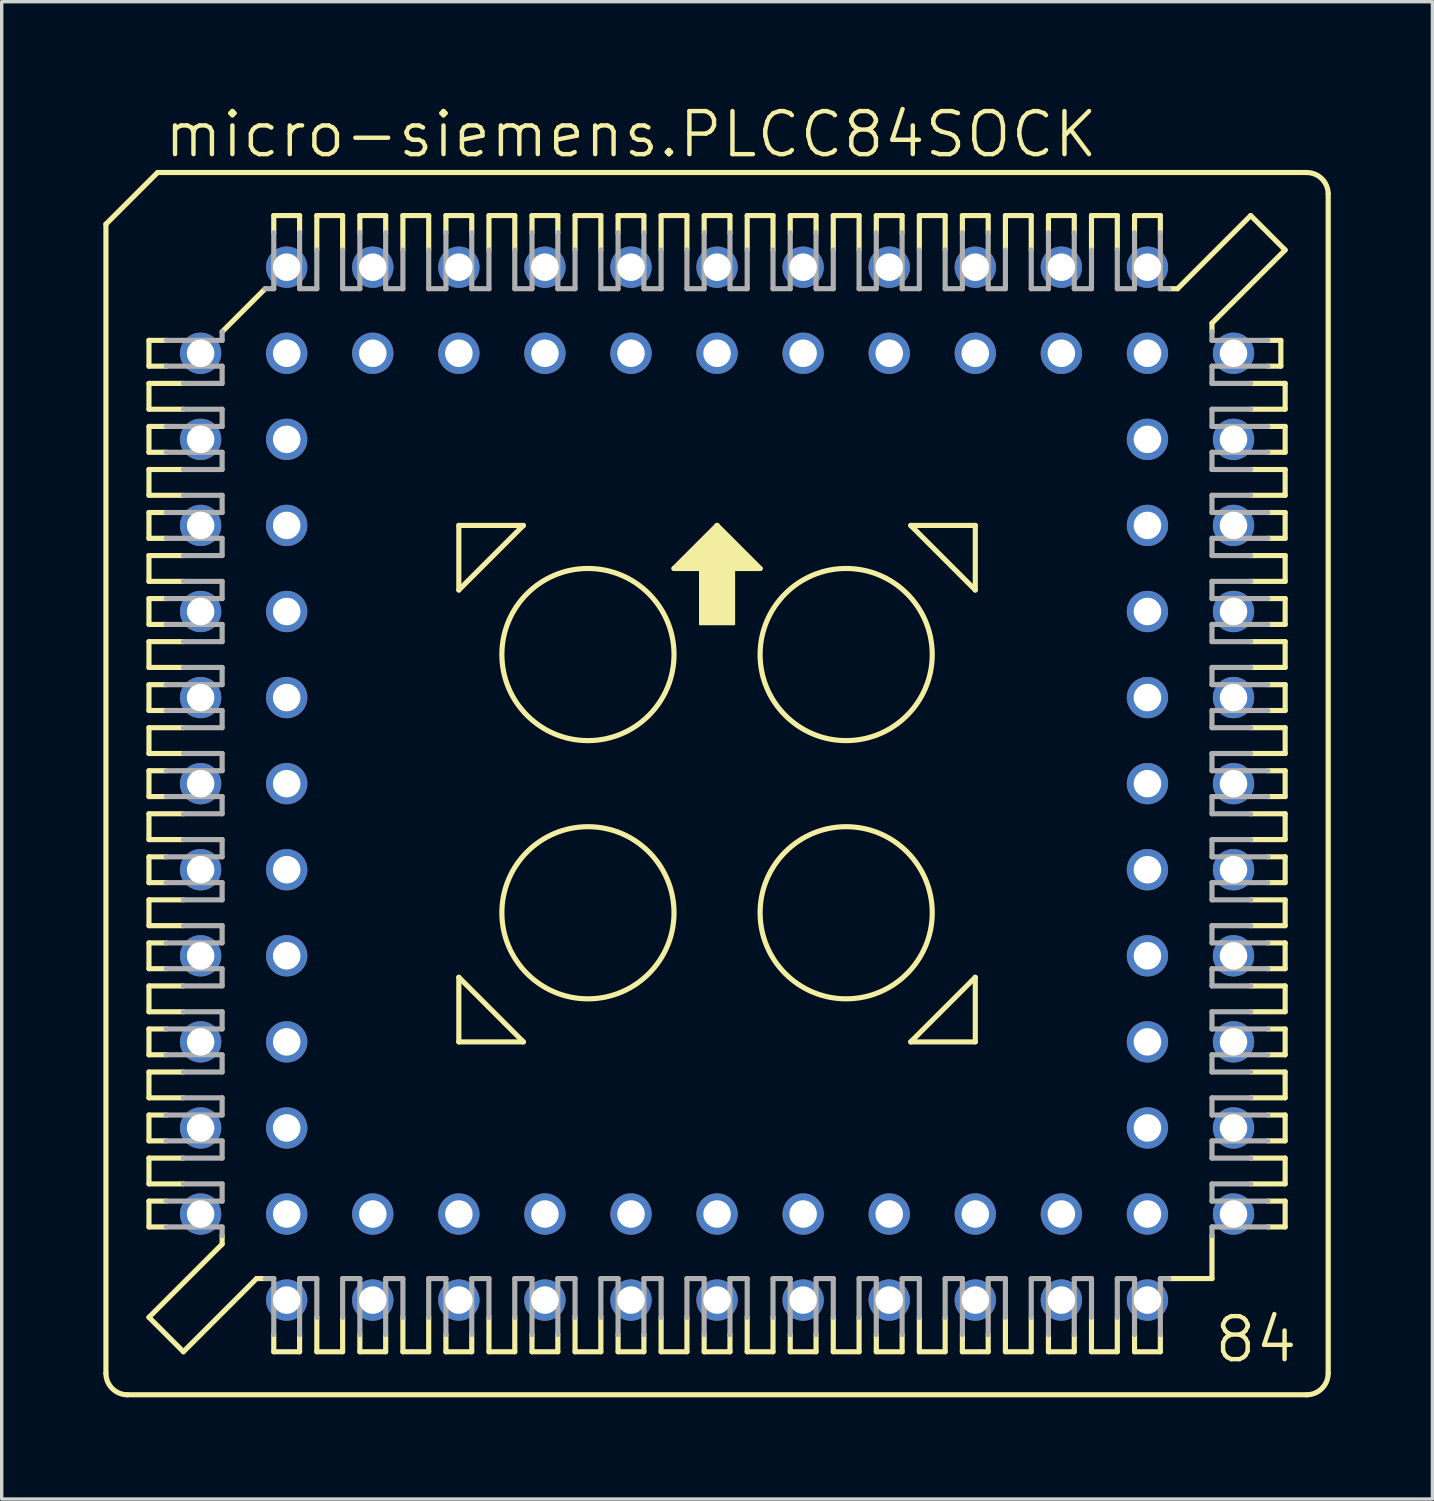
<source format=kicad_pcb>
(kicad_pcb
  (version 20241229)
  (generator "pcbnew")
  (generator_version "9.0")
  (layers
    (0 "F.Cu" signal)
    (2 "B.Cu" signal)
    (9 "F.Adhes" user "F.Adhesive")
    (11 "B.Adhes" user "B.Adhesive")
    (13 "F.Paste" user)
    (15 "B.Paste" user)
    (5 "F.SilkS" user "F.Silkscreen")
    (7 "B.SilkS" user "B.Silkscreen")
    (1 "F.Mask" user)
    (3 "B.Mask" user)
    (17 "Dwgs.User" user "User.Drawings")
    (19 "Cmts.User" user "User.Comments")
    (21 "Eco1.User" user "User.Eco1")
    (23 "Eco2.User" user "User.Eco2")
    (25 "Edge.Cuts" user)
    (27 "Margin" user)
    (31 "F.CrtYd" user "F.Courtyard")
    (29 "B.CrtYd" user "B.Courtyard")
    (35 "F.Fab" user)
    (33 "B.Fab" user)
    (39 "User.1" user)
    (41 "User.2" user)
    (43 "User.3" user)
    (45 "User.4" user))
  (footprint "micro-siemens.PLCC84SOCK"
    (layer "F.Cu")
    (at 18.11 20.075)
    (property "Reference" "micro-siemens.PLCC84SOCK" (at -16.383 -18.415 0) (layer "F.SilkS") (effects (font (size 1.27 1.27) (thickness 0.13)) (justify left bottom)))
    (attr through_hole)
    (fp_line (start -18.034 -16.51) (end -18.034 17.399) (stroke (width 0.152) (type default)) (layer "F.SilkS"))
    (fp_line (start -16.764 -13.081) (end -16.764 -12.319) (stroke (width 0.152) (type default)) (layer "F.SilkS"))
    (fp_line (start -16.764 -12.319) (end -16.256 -12.319) (stroke (width 0.152) (type default)) (layer "F.SilkS"))
    (fp_line (start -16.764 -11.811) (end -16.764 -11.049) (stroke (width 0.152) (type default)) (layer "F.SilkS"))
    (fp_line (start -16.764 -11.049) (end -15.748 -11.049) (stroke (width 0.152) (type default)) (layer "F.SilkS"))
    (fp_line (start -16.764 -10.541) (end -16.764 -9.779) (stroke (width 0.152) (type default)) (layer "F.SilkS"))
    (fp_line (start -16.764 -9.779) (end -16.256 -9.779) (stroke (width 0.152) (type default)) (layer "F.SilkS"))
    (fp_line (start -16.764 -9.271) (end -16.764 -8.509) (stroke (width 0.152) (type default)) (layer "F.SilkS"))
    (fp_line (start -16.764 -8.509) (end -15.748 -8.509) (stroke (width 0.152) (type default)) (layer "F.SilkS"))
    (fp_line (start -16.764 -8.001) (end -16.256 -8.001) (stroke (width 0.152) (type default)) (layer "F.SilkS"))
    (fp_line (start -16.764 -7.239) (end -16.764 -8.001) (stroke (width 0.152) (type default)) (layer "F.SilkS"))
    (fp_line (start -16.764 -6.731) (end -16.764 -5.969) (stroke (width 0.152) (type default)) (layer "F.SilkS"))
    (fp_line (start -16.764 -5.969) (end -15.748 -5.969) (stroke (width 0.152) (type default)) (layer "F.SilkS"))
    (fp_line (start -16.764 -5.461) (end -16.764 -4.699) (stroke (width 0.152) (type default)) (layer "F.SilkS"))
    (fp_line (start -16.764 -4.699) (end -16.256 -4.699) (stroke (width 0.152) (type default)) (layer "F.SilkS"))
    (fp_line (start -16.764 -4.191) (end -16.764 -3.429) (stroke (width 0.152) (type default)) (layer "F.SilkS"))
    (fp_line (start -16.764 -3.429) (end -15.748 -3.429) (stroke (width 0.152) (type default)) (layer "F.SilkS"))
    (fp_line (start -16.764 -2.921) (end -16.764 -2.159) (stroke (width 0.152) (type default)) (layer "F.SilkS"))
    (fp_line (start -16.764 -2.159) (end -16.256 -2.159) (stroke (width 0.152) (type default)) (layer "F.SilkS"))
    (fp_line (start -16.764 -1.651) (end -15.748 -1.651) (stroke (width 0.152) (type default)) (layer "F.SilkS"))
    (fp_line (start -16.764 -0.889) (end -16.764 -1.651) (stroke (width 0.152) (type default)) (layer "F.SilkS"))
    (fp_line (start -16.764 -0.381) (end -16.256 -0.381) (stroke (width 0.152) (type default)) (layer "F.SilkS"))
    (fp_line (start -16.764 0.381) (end -16.764 -0.381) (stroke (width 0.152) (type default)) (layer "F.SilkS"))
    (fp_line (start -16.764 0.889) (end -15.748 0.889) (stroke (width 0.152) (type default)) (layer "F.SilkS"))
    (fp_line (start -16.764 1.651) (end -16.764 0.889) (stroke (width 0.152) (type default)) (layer "F.SilkS"))
    (fp_line (start -16.764 2.159) (end -16.256 2.159) (stroke (width 0.152) (type default)) (layer "F.SilkS"))
    (fp_line (start -16.764 2.921) (end -16.764 2.159) (stroke (width 0.152) (type default)) (layer "F.SilkS"))
    (fp_line (start -16.764 3.429) (end -15.748 3.429) (stroke (width 0.152) (type default)) (layer "F.SilkS"))
    (fp_line (start -16.764 4.191) (end -16.764 3.429) (stroke (width 0.152) (type default)) (layer "F.SilkS"))
    (fp_line (start -16.764 4.699) (end -16.256 4.699) (stroke (width 0.152) (type default)) (layer "F.SilkS"))
    (fp_line (start -16.764 5.461) (end -16.764 4.699) (stroke (width 0.152) (type default)) (layer "F.SilkS"))
    (fp_line (start -16.764 5.969) (end -16.764 6.731) (stroke (width 0.152) (type default)) (layer "F.SilkS"))
    (fp_line (start -16.764 6.731) (end -15.748 6.731) (stroke (width 0.152) (type default)) (layer "F.SilkS"))
    (fp_line (start -16.764 7.239) (end -16.764 8.001) (stroke (width 0.152) (type default)) (layer "F.SilkS"))
    (fp_line (start -16.764 8.001) (end -16.256 8.001) (stroke (width 0.152) (type default)) (layer "F.SilkS"))
    (fp_line (start -16.764 8.509) (end -16.764 9.271) (stroke (width 0.152) (type default)) (layer "F.SilkS"))
    (fp_line (start -16.764 9.271) (end -15.748 9.271) (stroke (width 0.152) (type default)) (layer "F.SilkS"))
    (fp_line (start -16.764 9.779) (end -16.764 10.541) (stroke (width 0.152) (type default)) (layer "F.SilkS"))
    (fp_line (start -16.764 10.541) (end -16.256 10.541) (stroke (width 0.152) (type default)) (layer "F.SilkS"))
    (fp_line (start -16.764 11.049) (end -15.748 11.049) (stroke (width 0.152) (type default)) (layer "F.SilkS"))
    (fp_line (start -16.764 11.811) (end -16.764 11.049) (stroke (width 0.152) (type default)) (layer "F.SilkS"))
    (fp_line (start -16.764 12.319) (end -16.256 12.319) (stroke (width 0.152) (type default)) (layer "F.SilkS"))
    (fp_line (start -16.764 13.081) (end -16.764 12.319) (stroke (width 0.152) (type default)) (layer "F.SilkS"))
    (fp_line (start -16.764 15.748) (end -14.605 13.589) (stroke (width 0.152) (type default)) (layer "F.SilkS"))
    (fp_line (start -16.51 -18.034) (end -18.034 -16.51) (stroke (width 0.152) (type default)) (layer "F.SilkS"))
    (fp_line (start -16.256 -13.081) (end -16.764 -13.081) (stroke (width 0.152) (type default)) (layer "F.SilkS"))
    (fp_line (start -16.256 -10.541) (end -16.764 -10.541) (stroke (width 0.152) (type default)) (layer "F.SilkS"))
    (fp_line (start -16.256 -7.239) (end -16.764 -7.239) (stroke (width 0.152) (type default)) (layer "F.SilkS"))
    (fp_line (start -16.256 -5.461) (end -16.764 -5.461) (stroke (width 0.152) (type default)) (layer "F.SilkS"))
    (fp_line (start -16.256 -2.921) (end -16.764 -2.921) (stroke (width 0.152) (type default)) (layer "F.SilkS"))
    (fp_line (start -16.256 0.381) (end -16.764 0.381) (stroke (width 0.152) (type default)) (layer "F.SilkS"))
    (fp_line (start -16.256 2.921) (end -16.764 2.921) (stroke (width 0.152) (type default)) (layer "F.SilkS"))
    (fp_line (start -16.256 5.461) (end -16.764 5.461) (stroke (width 0.152) (type default)) (layer "F.SilkS"))
    (fp_line (start -16.256 7.239) (end -16.764 7.239) (stroke (width 0.152) (type default)) (layer "F.SilkS"))
    (fp_line (start -16.256 9.779) (end -16.764 9.779) (stroke (width 0.152) (type default)) (layer "F.SilkS"))
    (fp_line (start -16.256 13.081) (end -16.764 13.081) (stroke (width 0.152) (type default)) (layer "F.SilkS"))
    (fp_line (start -15.748 -11.811) (end -16.764 -11.811) (stroke (width 0.152) (type default)) (layer "F.SilkS"))
    (fp_line (start -15.748 -9.271) (end -16.764 -9.271) (stroke (width 0.152) (type default)) (layer "F.SilkS"))
    (fp_line (start -15.748 -6.731) (end -16.764 -6.731) (stroke (width 0.152) (type default)) (layer "F.SilkS"))
    (fp_line (start -15.748 -4.191) (end -16.764 -4.191) (stroke (width 0.152) (type default)) (layer "F.SilkS"))
    (fp_line (start -15.748 -0.889) (end -16.764 -0.889) (stroke (width 0.152) (type default)) (layer "F.SilkS"))
    (fp_line (start -15.748 1.651) (end -16.764 1.651) (stroke (width 0.152) (type default)) (layer "F.SilkS"))
    (fp_line (start -15.748 4.191) (end -16.764 4.191) (stroke (width 0.152) (type default)) (layer "F.SilkS"))
    (fp_line (start -15.748 5.969) (end -16.764 5.969) (stroke (width 0.152) (type default)) (layer "F.SilkS"))
    (fp_line (start -15.748 8.509) (end -16.764 8.509) (stroke (width 0.152) (type default)) (layer "F.SilkS"))
    (fp_line (start -15.748 11.811) (end -16.764 11.811) (stroke (width 0.152) (type default)) (layer "F.SilkS"))
    (fp_line (start -15.748 16.764) (end -16.764 15.748) (stroke (width 0.152) (type default)) (layer "F.SilkS"))
    (fp_line (start -15.748 16.764) (end -13.589 14.605) (stroke (width 0.152) (type default)) (layer "F.SilkS"))
    (fp_line (start -14.605 -13.335) (end -13.335 -14.605) (stroke (width 0.152) (type default)) (layer "F.SilkS"))
    (fp_line (start -14.605 13.589) (end -14.605 13.335) (stroke (width 0.152) (type default)) (layer "F.SilkS"))
    (fp_line (start -13.589 14.605) (end -13.335 14.605) (stroke (width 0.152) (type default)) (layer "F.SilkS"))
    (fp_line (start -13.081 -16.764) (end -13.081 -16.256) (stroke (width 0.152) (type default)) (layer "F.SilkS"))
    (fp_line (start -13.081 16.256) (end -13.081 16.764) (stroke (width 0.152) (type default)) (layer "F.SilkS"))
    (fp_line (start -13.081 16.764) (end -12.319 16.764) (stroke (width 0.152) (type default)) (layer "F.SilkS"))
    (fp_line (start -12.319 -16.764) (end -13.081 -16.764) (stroke (width 0.152) (type default)) (layer "F.SilkS"))
    (fp_line (start -12.319 -16.256) (end -12.319 -16.764) (stroke (width 0.152) (type default)) (layer "F.SilkS"))
    (fp_line (start -12.319 16.764) (end -12.319 16.256) (stroke (width 0.152) (type default)) (layer "F.SilkS"))
    (fp_line (start -11.811 -16.764) (end -11.049 -16.764) (stroke (width 0.152) (type default)) (layer "F.SilkS"))
    (fp_line (start -11.811 -15.748) (end -11.811 -16.764) (stroke (width 0.152) (type default)) (layer "F.SilkS"))
    (fp_line (start -11.811 15.748) (end -11.811 16.764) (stroke (width 0.152) (type default)) (layer "F.SilkS"))
    (fp_line (start -11.811 16.764) (end -11.049 16.764) (stroke (width 0.152) (type default)) (layer "F.SilkS"))
    (fp_line (start -11.049 -16.764) (end -11.049 -15.748) (stroke (width 0.152) (type default)) (layer "F.SilkS"))
    (fp_line (start -11.049 16.764) (end -11.049 15.748) (stroke (width 0.152) (type default)) (layer "F.SilkS"))
    (fp_line (start -10.541 -16.764) (end -10.541 -16.256) (stroke (width 0.152) (type default)) (layer "F.SilkS"))
    (fp_line (start -10.541 16.256) (end -10.541 16.764) (stroke (width 0.152) (type default)) (layer "F.SilkS"))
    (fp_line (start -10.541 16.764) (end -9.779 16.764) (stroke (width 0.152) (type default)) (layer "F.SilkS"))
    (fp_line (start -9.779 -16.764) (end -10.541 -16.764) (stroke (width 0.152) (type default)) (layer "F.SilkS"))
    (fp_line (start -9.779 -16.256) (end -9.779 -16.764) (stroke (width 0.152) (type default)) (layer "F.SilkS"))
    (fp_line (start -9.779 16.764) (end -9.779 16.256) (stroke (width 0.152) (type default)) (layer "F.SilkS"))
    (fp_line (start -9.271 -16.764) (end -9.271 -15.748) (stroke (width 0.152) (type default)) (layer "F.SilkS"))
    (fp_line (start -9.271 15.748) (end -9.271 16.764) (stroke (width 0.152) (type default)) (layer "F.SilkS"))
    (fp_line (start -9.271 16.764) (end -8.509 16.764) (stroke (width 0.152) (type default)) (layer "F.SilkS"))
    (fp_line (start -8.509 -16.764) (end -9.271 -16.764) (stroke (width 0.152) (type default)) (layer "F.SilkS"))
    (fp_line (start -8.509 -15.748) (end -8.509 -16.764) (stroke (width 0.152) (type default)) (layer "F.SilkS"))
    (fp_line (start -8.509 16.764) (end -8.509 15.748) (stroke (width 0.152) (type default)) (layer "F.SilkS"))
    (fp_line (start -8.001 -16.764) (end -8.001 -16.256) (stroke (width 0.152) (type default)) (layer "F.SilkS"))
    (fp_line (start -8.001 16.764) (end -8.001 16.256) (stroke (width 0.152) (type default)) (layer "F.SilkS"))
    (fp_line (start -7.62 -7.62) (end -5.715 -7.62) (stroke (width 0.152) (type default)) (layer "F.SilkS"))
    (fp_line (start -7.62 -5.715) (end -7.62 -7.62) (stroke (width 0.152) (type default)) (layer "F.SilkS"))
    (fp_line (start -7.62 5.715) (end -5.715 7.62) (stroke (width 0.152) (type default)) (layer "F.SilkS"))
    (fp_line (start -7.62 7.62) (end -7.62 5.715) (stroke (width 0.152) (type default)) (layer "F.SilkS"))
    (fp_line (start -7.239 -16.764) (end -8.001 -16.764) (stroke (width 0.152) (type default)) (layer "F.SilkS"))
    (fp_line (start -7.239 -16.256) (end -7.239 -16.764) (stroke (width 0.152) (type default)) (layer "F.SilkS"))
    (fp_line (start -7.239 16.256) (end -7.239 16.764) (stroke (width 0.152) (type default)) (layer "F.SilkS"))
    (fp_line (start -7.239 16.764) (end -8.001 16.764) (stroke (width 0.152) (type default)) (layer "F.SilkS"))
    (fp_line (start -6.731 -16.764) (end -6.731 -15.748) (stroke (width 0.152) (type default)) (layer "F.SilkS"))
    (fp_line (start -6.731 15.748) (end -6.731 16.764) (stroke (width 0.152) (type default)) (layer "F.SilkS"))
    (fp_line (start -6.731 16.764) (end -5.969 16.764) (stroke (width 0.152) (type default)) (layer "F.SilkS"))
    (fp_line (start -5.969 -16.764) (end -6.731 -16.764) (stroke (width 0.152) (type default)) (layer "F.SilkS"))
    (fp_line (start -5.969 -15.748) (end -5.969 -16.764) (stroke (width 0.152) (type default)) (layer "F.SilkS"))
    (fp_line (start -5.969 16.764) (end -5.969 15.748) (stroke (width 0.152) (type default)) (layer "F.SilkS"))
    (fp_line (start -5.715 -7.62) (end -7.62 -5.715) (stroke (width 0.152) (type default)) (layer "F.SilkS"))
    (fp_line (start -5.715 7.62) (end -7.62 7.62) (stroke (width 0.152) (type default)) (layer "F.SilkS"))
    (fp_line (start -5.461 -16.764) (end -5.461 -16.256) (stroke (width 0.152) (type default)) (layer "F.SilkS"))
    (fp_line (start -5.461 16.256) (end -5.461 16.764) (stroke (width 0.152) (type default)) (layer "F.SilkS"))
    (fp_line (start -5.461 16.764) (end -4.699 16.764) (stroke (width 0.152) (type default)) (layer "F.SilkS"))
    (fp_line (start -4.699 -16.764) (end -5.461 -16.764) (stroke (width 0.152) (type default)) (layer "F.SilkS"))
    (fp_line (start -4.699 -16.256) (end -4.699 -16.764) (stroke (width 0.152) (type default)) (layer "F.SilkS"))
    (fp_line (start -4.699 16.764) (end -4.699 16.256) (stroke (width 0.152) (type default)) (layer "F.SilkS"))
    (fp_line (start -4.191 -16.764) (end -4.191 -15.748) (stroke (width 0.152) (type default)) (layer "F.SilkS"))
    (fp_line (start -4.191 15.748) (end -4.191 16.764) (stroke (width 0.152) (type default)) (layer "F.SilkS"))
    (fp_line (start -4.191 16.764) (end -3.429 16.764) (stroke (width 0.152) (type default)) (layer "F.SilkS"))
    (fp_line (start -3.429 -16.764) (end -4.191 -16.764) (stroke (width 0.152) (type default)) (layer "F.SilkS"))
    (fp_line (start -3.429 -15.748) (end -3.429 -16.764) (stroke (width 0.152) (type default)) (layer "F.SilkS"))
    (fp_line (start -3.429 16.764) (end -3.429 15.748) (stroke (width 0.152) (type default)) (layer "F.SilkS"))
    (fp_line (start -2.921 -16.764) (end -2.921 -16.256) (stroke (width 0.152) (type default)) (layer "F.SilkS"))
    (fp_line (start -2.921 16.256) (end -2.921 16.764) (stroke (width 0.152) (type default)) (layer "F.SilkS"))
    (fp_line (start -2.921 16.764) (end -2.159 16.764) (stroke (width 0.152) (type default)) (layer "F.SilkS"))
    (fp_line (start -2.159 -16.764) (end -2.921 -16.764) (stroke (width 0.152) (type default)) (layer "F.SilkS"))
    (fp_line (start -2.159 -16.256) (end -2.159 -16.764) (stroke (width 0.152) (type default)) (layer "F.SilkS"))
    (fp_line (start -2.159 16.764) (end -2.159 16.256) (stroke (width 0.152) (type default)) (layer "F.SilkS"))
    (fp_line (start -1.651 -16.764) (end -1.651 -15.748) (stroke (width 0.152) (type default)) (layer "F.SilkS"))
    (fp_line (start -1.651 15.748) (end -1.651 16.764) (stroke (width 0.152) (type default)) (layer "F.SilkS"))
    (fp_line (start -1.651 16.764) (end -0.889 16.764) (stroke (width 0.152) (type default)) (layer "F.SilkS"))
    (fp_line (start -1.27 -6.35) (end 1.27 -6.35) (stroke (width 0.152) (type default)) (layer "F.SilkS"))
    (fp_line (start -0.889 -16.764) (end -1.651 -16.764) (stroke (width 0.152) (type default)) (layer "F.SilkS"))
    (fp_line (start -0.889 -15.748) (end -0.889 -16.764) (stroke (width 0.152) (type default)) (layer "F.SilkS"))
    (fp_line (start -0.889 16.764) (end -0.889 15.748) (stroke (width 0.152) (type default)) (layer "F.SilkS"))
    (fp_line (start -0.381 -16.764) (end -0.381 -16.256) (stroke (width 0.152) (type default)) (layer "F.SilkS"))
    (fp_line (start -0.381 16.256) (end -0.381 16.764) (stroke (width 0.152) (type default)) (layer "F.SilkS"))
    (fp_line (start -0.381 16.764) (end 0.381 16.764) (stroke (width 0.152) (type default)) (layer "F.SilkS"))
    (fp_line (start 0 -7.62) (end -1.27 -6.35) (stroke (width 0.152) (type default)) (layer "F.SilkS"))
    (fp_line (start 0.381 -16.764) (end -0.381 -16.764) (stroke (width 0.152) (type default)) (layer "F.SilkS"))
    (fp_line (start 0.381 -16.256) (end 0.381 -16.764) (stroke (width 0.152) (type default)) (layer "F.SilkS"))
    (fp_line (start 0.381 16.764) (end 0.381 16.256) (stroke (width 0.152) (type default)) (layer "F.SilkS"))
    (fp_line (start 0.889 -16.764) (end 0.889 -15.748) (stroke (width 0.152) (type default)) (layer "F.SilkS"))
    (fp_line (start 0.889 15.748) (end 0.889 16.764) (stroke (width 0.152) (type default)) (layer "F.SilkS"))
    (fp_line (start 0.889 16.764) (end 1.651 16.764) (stroke (width 0.152) (type default)) (layer "F.SilkS"))
    (fp_line (start 1.27 -6.35) (end 0 -7.62) (stroke (width 0.152) (type default)) (layer "F.SilkS"))
    (fp_line (start 1.651 -16.764) (end 0.889 -16.764) (stroke (width 0.152) (type default)) (layer "F.SilkS"))
    (fp_line (start 1.651 -15.748) (end 1.651 -16.764) (stroke (width 0.152) (type default)) (layer "F.SilkS"))
    (fp_line (start 1.651 16.764) (end 1.651 15.748) (stroke (width 0.152) (type default)) (layer "F.SilkS"))
    (fp_line (start 2.159 -16.764) (end 2.159 -16.256) (stroke (width 0.152) (type default)) (layer "F.SilkS"))
    (fp_line (start 2.159 16.256) (end 2.159 16.764) (stroke (width 0.152) (type default)) (layer "F.SilkS"))
    (fp_line (start 2.159 16.764) (end 2.921 16.764) (stroke (width 0.152) (type default)) (layer "F.SilkS"))
    (fp_line (start 2.921 -16.764) (end 2.159 -16.764) (stroke (width 0.152) (type default)) (layer "F.SilkS"))
    (fp_line (start 2.921 -16.256) (end 2.921 -16.764) (stroke (width 0.152) (type default)) (layer "F.SilkS"))
    (fp_line (start 2.921 16.764) (end 2.921 16.256) (stroke (width 0.152) (type default)) (layer "F.SilkS"))
    (fp_line (start 3.429 -16.764) (end 3.429 -15.748) (stroke (width 0.152) (type default)) (layer "F.SilkS"))
    (fp_line (start 3.429 15.748) (end 3.429 16.764) (stroke (width 0.152) (type default)) (layer "F.SilkS"))
    (fp_line (start 3.429 16.764) (end 4.191 16.764) (stroke (width 0.152) (type default)) (layer "F.SilkS"))
    (fp_line (start 4.191 -16.764) (end 3.429 -16.764) (stroke (width 0.152) (type default)) (layer "F.SilkS"))
    (fp_line (start 4.191 -15.748) (end 4.191 -16.764) (stroke (width 0.152) (type default)) (layer "F.SilkS"))
    (fp_line (start 4.191 16.764) (end 4.191 15.748) (stroke (width 0.152) (type default)) (layer "F.SilkS"))
    (fp_line (start 4.699 -16.764) (end 4.699 -16.256) (stroke (width 0.152) (type default)) (layer "F.SilkS"))
    (fp_line (start 4.699 16.256) (end 4.699 16.764) (stroke (width 0.152) (type default)) (layer "F.SilkS"))
    (fp_line (start 4.699 16.764) (end 5.461 16.764) (stroke (width 0.152) (type default)) (layer "F.SilkS"))
    (fp_line (start 5.461 -16.764) (end 4.699 -16.764) (stroke (width 0.152) (type default)) (layer "F.SilkS"))
    (fp_line (start 5.461 -16.256) (end 5.461 -16.764) (stroke (width 0.152) (type default)) (layer "F.SilkS"))
    (fp_line (start 5.461 16.764) (end 5.461 16.256) (stroke (width 0.152) (type default)) (layer "F.SilkS"))
    (fp_line (start 5.715 -7.62) (end 7.62 -5.715) (stroke (width 0.152) (type default)) (layer "F.SilkS"))
    (fp_line (start 5.715 7.62) (end 7.62 7.62) (stroke (width 0.152) (type default)) (layer "F.SilkS"))
    (fp_line (start 5.969 -16.764) (end 5.969 -15.748) (stroke (width 0.152) (type default)) (layer "F.SilkS"))
    (fp_line (start 5.969 15.748) (end 5.969 16.764) (stroke (width 0.152) (type default)) (layer "F.SilkS"))
    (fp_line (start 5.969 16.764) (end 6.731 16.764) (stroke (width 0.152) (type default)) (layer "F.SilkS"))
    (fp_line (start 6.731 -16.764) (end 5.969 -16.764) (stroke (width 0.152) (type default)) (layer "F.SilkS"))
    (fp_line (start 6.731 -15.748) (end 6.731 -16.764) (stroke (width 0.152) (type default)) (layer "F.SilkS"))
    (fp_line (start 6.731 16.764) (end 6.731 15.748) (stroke (width 0.152) (type default)) (layer "F.SilkS"))
    (fp_line (start 7.239 -16.764) (end 8.001 -16.764) (stroke (width 0.152) (type default)) (layer "F.SilkS"))
    (fp_line (start 7.239 -16.256) (end 7.239 -16.764) (stroke (width 0.152) (type default)) (layer "F.SilkS"))
    (fp_line (start 7.239 16.256) (end 7.239 16.764) (stroke (width 0.152) (type default)) (layer "F.SilkS"))
    (fp_line (start 7.239 16.764) (end 8.001 16.764) (stroke (width 0.152) (type default)) (layer "F.SilkS"))
    (fp_line (start 7.62 -7.62) (end 5.715 -7.62) (stroke (width 0.152) (type default)) (layer "F.SilkS"))
    (fp_line (start 7.62 -5.715) (end 7.62 -7.62) (stroke (width 0.152) (type default)) (layer "F.SilkS"))
    (fp_line (start 7.62 5.715) (end 5.715 7.62) (stroke (width 0.152) (type default)) (layer "F.SilkS"))
    (fp_line (start 7.62 7.62) (end 7.62 5.715) (stroke (width 0.152) (type default)) (layer "F.SilkS"))
    (fp_line (start 8.001 -16.764) (end 8.001 -16.256) (stroke (width 0.152) (type default)) (layer "F.SilkS"))
    (fp_line (start 8.001 16.764) (end 8.001 16.256) (stroke (width 0.152) (type default)) (layer "F.SilkS"))
    (fp_line (start 8.509 -16.764) (end 8.509 -15.748) (stroke (width 0.152) (type default)) (layer "F.SilkS"))
    (fp_line (start 8.509 15.748) (end 8.509 16.764) (stroke (width 0.152) (type default)) (layer "F.SilkS"))
    (fp_line (start 8.509 16.764) (end 9.271 16.764) (stroke (width 0.152) (type default)) (layer "F.SilkS"))
    (fp_line (start 9.271 -16.764) (end 8.509 -16.764) (stroke (width 0.152) (type default)) (layer "F.SilkS"))
    (fp_line (start 9.271 -15.748) (end 9.271 -16.764) (stroke (width 0.152) (type default)) (layer "F.SilkS"))
    (fp_line (start 9.271 16.764) (end 9.271 15.748) (stroke (width 0.152) (type default)) (layer "F.SilkS"))
    (fp_line (start 9.779 -16.764) (end 9.779 -16.256) (stroke (width 0.152) (type default)) (layer "F.SilkS"))
    (fp_line (start 9.779 16.256) (end 9.779 16.764) (stroke (width 0.152) (type default)) (layer "F.SilkS"))
    (fp_line (start 9.779 16.764) (end 10.541 16.764) (stroke (width 0.152) (type default)) (layer "F.SilkS"))
    (fp_line (start 10.541 -16.764) (end 9.779 -16.764) (stroke (width 0.152) (type default)) (layer "F.SilkS"))
    (fp_line (start 10.541 -16.256) (end 10.541 -16.764) (stroke (width 0.152) (type default)) (layer "F.SilkS"))
    (fp_line (start 10.541 16.764) (end 10.541 16.256) (stroke (width 0.152) (type default)) (layer "F.SilkS"))
    (fp_line (start 11.049 -16.764) (end 11.049 -15.748) (stroke (width 0.152) (type default)) (layer "F.SilkS"))
    (fp_line (start 11.049 16.764) (end 11.049 15.748) (stroke (width 0.152) (type default)) (layer "F.SilkS"))
    (fp_line (start 11.811 -16.764) (end 11.049 -16.764) (stroke (width 0.152) (type default)) (layer "F.SilkS"))
    (fp_line (start 11.811 -15.748) (end 11.811 -16.764) (stroke (width 0.152) (type default)) (layer "F.SilkS"))
    (fp_line (start 11.811 15.748) (end 11.811 16.764) (stroke (width 0.152) (type default)) (layer "F.SilkS"))
    (fp_line (start 11.811 16.764) (end 11.049 16.764) (stroke (width 0.152) (type default)) (layer "F.SilkS"))
    (fp_line (start 12.319 -16.764) (end 12.319 -16.256) (stroke (width 0.152) (type default)) (layer "F.SilkS"))
    (fp_line (start 12.319 16.256) (end 12.319 16.764) (stroke (width 0.152) (type default)) (layer "F.SilkS"))
    (fp_line (start 12.319 16.764) (end 13.081 16.764) (stroke (width 0.152) (type default)) (layer "F.SilkS"))
    (fp_line (start 13.081 -16.764) (end 12.319 -16.764) (stroke (width 0.152) (type default)) (layer "F.SilkS"))
    (fp_line (start 13.081 -16.256) (end 13.081 -16.764) (stroke (width 0.152) (type default)) (layer "F.SilkS"))
    (fp_line (start 13.081 16.764) (end 13.081 16.256) (stroke (width 0.152) (type default)) (layer "F.SilkS"))
    (fp_line (start 13.335 14.605) (end 14.605 14.605) (stroke (width 0.152) (type default)) (layer "F.SilkS"))
    (fp_line (start 13.589 -14.605) (end 13.335 -14.605) (stroke (width 0.152) (type default)) (layer "F.SilkS"))
    (fp_line (start 14.605 -13.589) (end 14.605 -13.335) (stroke (width 0.152) (type default)) (layer "F.SilkS"))
    (fp_line (start 14.605 14.605) (end 14.605 13.335) (stroke (width 0.152) (type default)) (layer "F.SilkS"))
    (fp_line (start 15.748 -16.764) (end 13.589 -14.605) (stroke (width 0.152) (type default)) (layer "F.SilkS"))
    (fp_line (start 15.748 -11.811) (end 16.764 -11.811) (stroke (width 0.152) (type default)) (layer "F.SilkS"))
    (fp_line (start 15.748 -8.509) (end 16.764 -8.509) (stroke (width 0.152) (type default)) (layer "F.SilkS"))
    (fp_line (start 15.748 -5.969) (end 16.764 -5.969) (stroke (width 0.152) (type default)) (layer "F.SilkS"))
    (fp_line (start 15.748 -4.191) (end 16.764 -4.191) (stroke (width 0.152) (type default)) (layer "F.SilkS"))
    (fp_line (start 15.748 -1.651) (end 16.764 -1.651) (stroke (width 0.152) (type default)) (layer "F.SilkS"))
    (fp_line (start 15.748 0.889) (end 16.764 0.889) (stroke (width 0.152) (type default)) (layer "F.SilkS"))
    (fp_line (start 15.748 4.191) (end 16.764 4.191) (stroke (width 0.152) (type default)) (layer "F.SilkS"))
    (fp_line (start 15.748 6.731) (end 16.764 6.731) (stroke (width 0.152) (type default)) (layer "F.SilkS"))
    (fp_line (start 15.748 9.271) (end 16.764 9.271) (stroke (width 0.152) (type default)) (layer "F.SilkS"))
    (fp_line (start 15.748 11.811) (end 16.764 11.811) (stroke (width 0.152) (type default)) (layer "F.SilkS"))
    (fp_line (start 16.256 -13.081) (end 16.637 -13.081) (stroke (width 0.152) (type default)) (layer "F.SilkS"))
    (fp_line (start 16.256 -9.779) (end 16.764 -9.779) (stroke (width 0.152) (type default)) (layer "F.SilkS"))
    (fp_line (start 16.256 -7.239) (end 16.764 -7.239) (stroke (width 0.152) (type default)) (layer "F.SilkS"))
    (fp_line (start 16.256 -5.461) (end 16.764 -5.461) (stroke (width 0.152) (type default)) (layer "F.SilkS"))
    (fp_line (start 16.256 -2.921) (end 16.764 -2.921) (stroke (width 0.152) (type default)) (layer "F.SilkS"))
    (fp_line (start 16.256 -0.381) (end 16.764 -0.381) (stroke (width 0.152) (type default)) (layer "F.SilkS"))
    (fp_line (start 16.256 2.921) (end 16.764 2.921) (stroke (width 0.152) (type default)) (layer "F.SilkS"))
    (fp_line (start 16.256 5.461) (end 16.764 5.461) (stroke (width 0.152) (type default)) (layer "F.SilkS"))
    (fp_line (start 16.256 7.239) (end 16.764 7.239) (stroke (width 0.152) (type default)) (layer "F.SilkS"))
    (fp_line (start 16.256 10.541) (end 16.764 10.541) (stroke (width 0.152) (type default)) (layer "F.SilkS"))
    (fp_line (start 16.256 13.081) (end 16.764 13.081) (stroke (width 0.152) (type default)) (layer "F.SilkS"))
    (fp_line (start 16.637 -13.081) (end 16.637 -12.319) (stroke (width 0.152) (type default)) (layer "F.SilkS"))
    (fp_line (start 16.637 -12.319) (end 16.256 -12.319) (stroke (width 0.152) (type default)) (layer "F.SilkS"))
    (fp_line (start 16.764 -15.748) (end 14.605 -13.589) (stroke (width 0.152) (type default)) (layer "F.SilkS"))
    (fp_line (start 16.764 -15.748) (end 15.748 -16.764) (stroke (width 0.152) (type default)) (layer "F.SilkS"))
    (fp_line (start 16.764 -11.811) (end 16.764 -11.049) (stroke (width 0.152) (type default)) (layer "F.SilkS"))
    (fp_line (start 16.764 -11.049) (end 15.748 -11.049) (stroke (width 0.152) (type default)) (layer "F.SilkS"))
    (fp_line (start 16.764 -10.541) (end 16.256 -10.541) (stroke (width 0.152) (type default)) (layer "F.SilkS"))
    (fp_line (start 16.764 -9.779) (end 16.764 -10.541) (stroke (width 0.152) (type default)) (layer "F.SilkS"))
    (fp_line (start 16.764 -9.271) (end 15.748 -9.271) (stroke (width 0.152) (type default)) (layer "F.SilkS"))
    (fp_line (start 16.764 -8.509) (end 16.764 -9.271) (stroke (width 0.152) (type default)) (layer "F.SilkS"))
    (fp_line (start 16.764 -8.001) (end 16.256 -8.001) (stroke (width 0.152) (type default)) (layer "F.SilkS"))
    (fp_line (start 16.764 -7.239) (end 16.764 -8.001) (stroke (width 0.152) (type default)) (layer "F.SilkS"))
    (fp_line (start 16.764 -6.731) (end 15.748 -6.731) (stroke (width 0.152) (type default)) (layer "F.SilkS"))
    (fp_line (start 16.764 -5.969) (end 16.764 -6.731) (stroke (width 0.152) (type default)) (layer "F.SilkS"))
    (fp_line (start 16.764 -5.461) (end 16.764 -4.699) (stroke (width 0.152) (type default)) (layer "F.SilkS"))
    (fp_line (start 16.764 -4.699) (end 16.256 -4.699) (stroke (width 0.152) (type default)) (layer "F.SilkS"))
    (fp_line (start 16.764 -4.191) (end 16.764 -3.429) (stroke (width 0.152) (type default)) (layer "F.SilkS"))
    (fp_line (start 16.764 -3.429) (end 15.748 -3.429) (stroke (width 0.152) (type default)) (layer "F.SilkS"))
    (fp_line (start 16.764 -2.921) (end 16.764 -2.159) (stroke (width 0.152) (type default)) (layer "F.SilkS"))
    (fp_line (start 16.764 -2.159) (end 16.256 -2.159) (stroke (width 0.152) (type default)) (layer "F.SilkS"))
    (fp_line (start 16.764 -1.651) (end 16.764 -0.889) (stroke (width 0.152) (type default)) (layer "F.SilkS"))
    (fp_line (start 16.764 -0.889) (end 15.748 -0.889) (stroke (width 0.152) (type default)) (layer "F.SilkS"))
    (fp_line (start 16.764 -0.381) (end 16.764 0.381) (stroke (width 0.152) (type default)) (layer "F.SilkS"))
    (fp_line (start 16.764 0.381) (end 16.256 0.381) (stroke (width 0.152) (type default)) (layer "F.SilkS"))
    (fp_line (start 16.764 0.889) (end 16.764 1.651) (stroke (width 0.152) (type default)) (layer "F.SilkS"))
    (fp_line (start 16.764 1.651) (end 15.748 1.651) (stroke (width 0.152) (type default)) (layer "F.SilkS"))
    (fp_line (start 16.764 2.159) (end 16.256 2.159) (stroke (width 0.152) (type default)) (layer "F.SilkS"))
    (fp_line (start 16.764 2.921) (end 16.764 2.159) (stroke (width 0.152) (type default)) (layer "F.SilkS"))
    (fp_line (start 16.764 3.429) (end 15.748 3.429) (stroke (width 0.152) (type default)) (layer "F.SilkS"))
    (fp_line (start 16.764 4.191) (end 16.764 3.429) (stroke (width 0.152) (type default)) (layer "F.SilkS"))
    (fp_line (start 16.764 4.699) (end 16.256 4.699) (stroke (width 0.152) (type default)) (layer "F.SilkS"))
    (fp_line (start 16.764 5.461) (end 16.764 4.699) (stroke (width 0.152) (type default)) (layer "F.SilkS"))
    (fp_line (start 16.764 5.969) (end 15.748 5.969) (stroke (width 0.152) (type default)) (layer "F.SilkS"))
    (fp_line (start 16.764 6.731) (end 16.764 5.969) (stroke (width 0.152) (type default)) (layer "F.SilkS"))
    (fp_line (start 16.764 7.239) (end 16.764 8.001) (stroke (width 0.152) (type default)) (layer "F.SilkS"))
    (fp_line (start 16.764 8.001) (end 16.256 8.001) (stroke (width 0.152) (type default)) (layer "F.SilkS"))
    (fp_line (start 16.764 8.509) (end 15.748 8.509) (stroke (width 0.152) (type default)) (layer "F.SilkS"))
    (fp_line (start 16.764 9.271) (end 16.764 8.509) (stroke (width 0.152) (type default)) (layer "F.SilkS"))
    (fp_line (start 16.764 9.779) (end 16.256 9.779) (stroke (width 0.152) (type default)) (layer "F.SilkS"))
    (fp_line (start 16.764 10.541) (end 16.764 9.779) (stroke (width 0.152) (type default)) (layer "F.SilkS"))
    (fp_line (start 16.764 11.049) (end 15.748 11.049) (stroke (width 0.152) (type default)) (layer "F.SilkS"))
    (fp_line (start 16.764 11.811) (end 16.764 11.049) (stroke (width 0.152) (type default)) (layer "F.SilkS"))
    (fp_line (start 16.764 12.319) (end 16.256 12.319) (stroke (width 0.152) (type default)) (layer "F.SilkS"))
    (fp_line (start 16.764 13.081) (end 16.764 12.319) (stroke (width 0.152) (type default)) (layer "F.SilkS"))
    (fp_line (start 17.399 -18.034) (end -16.51 -18.034) (stroke (width 0.152) (type default)) (layer "F.SilkS"))
    (fp_line (start 17.399 18.034) (end -17.399 18.034) (stroke (width 0.152) (type default)) (layer "F.SilkS"))
    (fp_line (start 18.034 -17.399) (end 18.034 17.399) (stroke (width 0.152) (type default)) (layer "F.SilkS"))
    (fp_rect (start -1.143 -6.35) (end -0.889 -6.477) (stroke (width 0.05) (type default)) (fill yes) (layer "F.SilkS"))
    (fp_rect (start -1.016 -6.477) (end -0.889 -6.604) (stroke (width 0.05) (type default)) (fill yes) (layer "F.SilkS"))
    (fp_rect (start -0.889 -6.35) (end 0.889 -6.731) (stroke (width 0.05) (type default)) (fill yes) (layer "F.SilkS"))
    (fp_rect (start -0.762 -6.731) (end -0.635 -6.858) (stroke (width 0.05) (type default)) (fill yes) (layer "F.SilkS"))
    (fp_rect (start -0.635 -6.731) (end 0.635 -6.985) (stroke (width 0.05) (type default)) (fill yes) (layer "F.SilkS"))
    (fp_rect (start -0.508 -6.985) (end -0.381 -7.112) (stroke (width 0.05) (type default)) (fill yes) (layer "F.SilkS"))
    (fp_rect (start -0.508 -4.699) (end 0.508 -6.604) (stroke (width 0.05) (type default)) (fill yes) (layer "F.SilkS"))
    (fp_rect (start -0.381 -6.985) (end 0.381 -7.239) (stroke (width 0.05) (type default)) (fill yes) (layer "F.SilkS"))
    (fp_rect (start -0.254 -7.239) (end -0.127 -7.366) (stroke (width 0.05) (type default)) (fill yes) (layer "F.SilkS"))
    (fp_rect (start -0.127 -7.239) (end 0.127 -7.493) (stroke (width 0.05) (type default)) (fill yes) (layer "F.SilkS"))
    (fp_rect (start 0.127 -7.239) (end 0.254 -7.366) (stroke (width 0.05) (type default)) (fill yes) (layer "F.SilkS"))
    (fp_rect (start 0.381 -6.985) (end 0.508 -7.112) (stroke (width 0.05) (type default)) (fill yes) (layer "F.SilkS"))
    (fp_rect (start 0.635 -6.731) (end 0.762 -6.858) (stroke (width 0.05) (type default)) (fill yes) (layer "F.SilkS"))
    (fp_rect (start 0.889 -6.477) (end 1.016 -6.604) (stroke (width 0.05) (type default)) (fill yes) (layer "F.SilkS"))
    (fp_rect (start 0.889 -6.35) (end 1.143 -6.477) (stroke (width 0.05) (type default)) (fill yes) (layer "F.SilkS"))
    (fp_arc (start -17.399 18.034) (mid -17.848013 17.848013) (end -18.034 17.399) (stroke (width 0.1524) (type default)) (layer "F.SilkS"))
    (fp_arc (start 17.399 -18.034) (mid 17.848013 -17.848013) (end 18.034 -17.399) (stroke (width 0.1524) (type default)) (layer "F.SilkS"))
    (fp_arc (start 18.034 17.399) (mid 17.848013 17.848013) (end 17.399 18.034) (stroke (width 0.1524) (type default)) (layer "F.SilkS"))
    (fp_circle (center -3.81 -3.81) (end -1.27 -3.81) (stroke (width 0.152) (type default)) (fill no) (layer "F.SilkS"))
    (fp_circle (center -3.81 3.81) (end -1.27 3.81) (stroke (width 0.152) (type default)) (fill no) (layer "F.SilkS"))
    (fp_circle (center 3.81 -3.81) (end 6.35 -3.81) (stroke (width 0.152) (type default)) (fill no) (layer "F.SilkS"))
    (fp_circle (center 3.81 3.81) (end 6.35 3.81) (stroke (width 0.152) (type default)) (fill no) (layer "F.SilkS"))
    (fp_line (start -16.256 -13.081) (end -14.605 -13.081) (stroke (width 0.152) (type default)) (layer "F.Fab"))
    (fp_line (start -16.256 -10.541) (end -14.605 -10.541) (stroke (width 0.152) (type default)) (layer "F.Fab"))
    (fp_line (start -16.256 -7.239) (end -14.605 -7.239) (stroke (width 0.152) (type default)) (layer "F.Fab"))
    (fp_line (start -16.256 -5.461) (end -14.605 -5.461) (stroke (width 0.152) (type default)) (layer "F.Fab"))
    (fp_line (start -16.256 -2.921) (end -14.605 -2.921) (stroke (width 0.152) (type default)) (layer "F.Fab"))
    (fp_line (start -16.256 0.381) (end -14.605 0.381) (stroke (width 0.152) (type default)) (layer "F.Fab"))
    (fp_line (start -16.256 2.921) (end -14.605 2.921) (stroke (width 0.152) (type default)) (layer "F.Fab"))
    (fp_line (start -16.256 5.461) (end -14.605 5.461) (stroke (width 0.152) (type default)) (layer "F.Fab"))
    (fp_line (start -16.256 7.239) (end -14.605 7.239) (stroke (width 0.152) (type default)) (layer "F.Fab"))
    (fp_line (start -16.256 9.779) (end -14.605 9.779) (stroke (width 0.152) (type default)) (layer "F.Fab"))
    (fp_line (start -16.256 13.081) (end -14.605 13.081) (stroke (width 0.152) (type default)) (layer "F.Fab"))
    (fp_line (start -15.748 -11.811) (end -14.605 -11.811) (stroke (width 0.152) (type default)) (layer "F.Fab"))
    (fp_line (start -15.748 -9.271) (end -14.605 -9.271) (stroke (width 0.152) (type default)) (layer "F.Fab"))
    (fp_line (start -15.748 -6.731) (end -14.605 -6.731) (stroke (width 0.152) (type default)) (layer "F.Fab"))
    (fp_line (start -15.748 -4.191) (end -14.605 -4.191) (stroke (width 0.152) (type default)) (layer "F.Fab"))
    (fp_line (start -15.748 -0.889) (end -14.605 -0.889) (stroke (width 0.152) (type default)) (layer "F.Fab"))
    (fp_line (start -15.748 1.651) (end -14.605 1.651) (stroke (width 0.152) (type default)) (layer "F.Fab"))
    (fp_line (start -15.748 4.191) (end -14.605 4.191) (stroke (width 0.152) (type default)) (layer "F.Fab"))
    (fp_line (start -15.748 5.969) (end -14.605 5.969) (stroke (width 0.152) (type default)) (layer "F.Fab"))
    (fp_line (start -15.748 8.509) (end -14.605 8.509) (stroke (width 0.152) (type default)) (layer "F.Fab"))
    (fp_line (start -15.748 11.811) (end -14.605 11.811) (stroke (width 0.152) (type default)) (layer "F.Fab"))
    (fp_line (start -14.605 -13.081) (end -14.605 -13.335) (stroke (width 0.152) (type default)) (layer "F.Fab"))
    (fp_line (start -14.605 -12.319) (end -16.256 -12.319) (stroke (width 0.152) (type default)) (layer "F.Fab"))
    (fp_line (start -14.605 -12.319) (end -14.605 -11.811) (stroke (width 0.152) (type default)) (layer "F.Fab"))
    (fp_line (start -14.605 -11.049) (end -15.748 -11.049) (stroke (width 0.152) (type default)) (layer "F.Fab"))
    (fp_line (start -14.605 -11.049) (end -14.605 -10.541) (stroke (width 0.152) (type default)) (layer "F.Fab"))
    (fp_line (start -14.605 -9.779) (end -16.256 -9.779) (stroke (width 0.152) (type default)) (layer "F.Fab"))
    (fp_line (start -14.605 -9.779) (end -14.605 -9.271) (stroke (width 0.152) (type default)) (layer "F.Fab"))
    (fp_line (start -14.605 -8.509) (end -15.748 -8.509) (stroke (width 0.152) (type default)) (layer "F.Fab"))
    (fp_line (start -14.605 -8.001) (end -16.256 -8.001) (stroke (width 0.152) (type default)) (layer "F.Fab"))
    (fp_line (start -14.605 -8.001) (end -14.605 -8.509) (stroke (width 0.152) (type default)) (layer "F.Fab"))
    (fp_line (start -14.605 -6.731) (end -14.605 -7.239) (stroke (width 0.152) (type default)) (layer "F.Fab"))
    (fp_line (start -14.605 -5.969) (end -15.748 -5.969) (stroke (width 0.152) (type default)) (layer "F.Fab"))
    (fp_line (start -14.605 -5.969) (end -14.605 -5.461) (stroke (width 0.152) (type default)) (layer "F.Fab"))
    (fp_line (start -14.605 -4.699) (end -16.256 -4.699) (stroke (width 0.152) (type default)) (layer "F.Fab"))
    (fp_line (start -14.605 -4.699) (end -14.605 -4.191) (stroke (width 0.152) (type default)) (layer "F.Fab"))
    (fp_line (start -14.605 -3.429) (end -15.748 -3.429) (stroke (width 0.152) (type default)) (layer "F.Fab"))
    (fp_line (start -14.605 -3.429) (end -14.605 -2.921) (stroke (width 0.152) (type default)) (layer "F.Fab"))
    (fp_line (start -14.605 -2.159) (end -16.256 -2.159) (stroke (width 0.152) (type default)) (layer "F.Fab"))
    (fp_line (start -14.605 -2.159) (end -14.605 -1.651) (stroke (width 0.152) (type default)) (layer "F.Fab"))
    (fp_line (start -14.605 -1.651) (end -15.748 -1.651) (stroke (width 0.152) (type default)) (layer "F.Fab"))
    (fp_line (start -14.605 -0.381) (end -16.256 -0.381) (stroke (width 0.152) (type default)) (layer "F.Fab"))
    (fp_line (start -14.605 -0.381) (end -14.605 -0.889) (stroke (width 0.152) (type default)) (layer "F.Fab"))
    (fp_line (start -14.605 0.889) (end -15.748 0.889) (stroke (width 0.152) (type default)) (layer "F.Fab"))
    (fp_line (start -14.605 0.889) (end -14.605 0.381) (stroke (width 0.152) (type default)) (layer "F.Fab"))
    (fp_line (start -14.605 2.159) (end -16.256 2.159) (stroke (width 0.152) (type default)) (layer "F.Fab"))
    (fp_line (start -14.605 2.159) (end -14.605 1.651) (stroke (width 0.152) (type default)) (layer "F.Fab"))
    (fp_line (start -14.605 3.429) (end -15.748 3.429) (stroke (width 0.152) (type default)) (layer "F.Fab"))
    (fp_line (start -14.605 3.429) (end -14.605 2.921) (stroke (width 0.152) (type default)) (layer "F.Fab"))
    (fp_line (start -14.605 4.699) (end -16.256 4.699) (stroke (width 0.152) (type default)) (layer "F.Fab"))
    (fp_line (start -14.605 4.699) (end -14.605 4.191) (stroke (width 0.152) (type default)) (layer "F.Fab"))
    (fp_line (start -14.605 5.461) (end -14.605 5.969) (stroke (width 0.152) (type default)) (layer "F.Fab"))
    (fp_line (start -14.605 6.731) (end -15.748 6.731) (stroke (width 0.152) (type default)) (layer "F.Fab"))
    (fp_line (start -14.605 6.731) (end -14.605 7.239) (stroke (width 0.152) (type default)) (layer "F.Fab"))
    (fp_line (start -14.605 8.001) (end -16.256 8.001) (stroke (width 0.152) (type default)) (layer "F.Fab"))
    (fp_line (start -14.605 8.001) (end -14.605 8.509) (stroke (width 0.152) (type default)) (layer "F.Fab"))
    (fp_line (start -14.605 9.271) (end -15.748 9.271) (stroke (width 0.152) (type default)) (layer "F.Fab"))
    (fp_line (start -14.605 9.271) (end -14.605 9.779) (stroke (width 0.152) (type default)) (layer "F.Fab"))
    (fp_line (start -14.605 10.541) (end -16.256 10.541) (stroke (width 0.152) (type default)) (layer "F.Fab"))
    (fp_line (start -14.605 11.049) (end -15.748 11.049) (stroke (width 0.152) (type default)) (layer "F.Fab"))
    (fp_line (start -14.605 11.049) (end -14.605 10.541) (stroke (width 0.152) (type default)) (layer "F.Fab"))
    (fp_line (start -14.605 12.319) (end -16.256 12.319) (stroke (width 0.152) (type default)) (layer "F.Fab"))
    (fp_line (start -14.605 12.319) (end -14.605 11.811) (stroke (width 0.152) (type default)) (layer "F.Fab"))
    (fp_line (start -14.605 13.081) (end -14.605 13.335) (stroke (width 0.152) (type default)) (layer "F.Fab"))
    (fp_line (start -13.335 -14.605) (end -13.081 -14.605) (stroke (width 0.152) (type default)) (layer "F.Fab"))
    (fp_line (start -13.081 -14.605) (end -13.081 -16.256) (stroke (width 0.152) (type default)) (layer "F.Fab"))
    (fp_line (start -13.081 14.605) (end -13.335 14.605) (stroke (width 0.152) (type default)) (layer "F.Fab"))
    (fp_line (start -13.081 16.256) (end -13.081 14.605) (stroke (width 0.152) (type default)) (layer "F.Fab"))
    (fp_line (start -12.319 -16.256) (end -12.319 -14.605) (stroke (width 0.152) (type default)) (layer "F.Fab"))
    (fp_line (start -12.319 -14.605) (end -11.811 -14.605) (stroke (width 0.152) (type default)) (layer "F.Fab"))
    (fp_line (start -12.319 14.605) (end -12.319 16.256) (stroke (width 0.152) (type default)) (layer "F.Fab"))
    (fp_line (start -12.319 14.605) (end -11.811 14.605) (stroke (width 0.152) (type default)) (layer "F.Fab"))
    (fp_line (start -11.811 -15.748) (end -11.811 -14.605) (stroke (width 0.152) (type default)) (layer "F.Fab"))
    (fp_line (start -11.811 15.748) (end -11.811 14.605) (stroke (width 0.152) (type default)) (layer "F.Fab"))
    (fp_line (start -11.049 -14.605) (end -11.049 -15.748) (stroke (width 0.152) (type default)) (layer "F.Fab"))
    (fp_line (start -11.049 -14.605) (end -10.541 -14.605) (stroke (width 0.152) (type default)) (layer "F.Fab"))
    (fp_line (start -11.049 14.605) (end -11.049 15.748) (stroke (width 0.152) (type default)) (layer "F.Fab"))
    (fp_line (start -11.049 14.605) (end -10.541 14.605) (stroke (width 0.152) (type default)) (layer "F.Fab"))
    (fp_line (start -10.541 -14.605) (end -10.541 -16.256) (stroke (width 0.152) (type default)) (layer "F.Fab"))
    (fp_line (start -10.541 16.256) (end -10.541 14.605) (stroke (width 0.152) (type default)) (layer "F.Fab"))
    (fp_line (start -9.779 -16.256) (end -9.779 -14.605) (stroke (width 0.152) (type default)) (layer "F.Fab"))
    (fp_line (start -9.779 14.605) (end -9.779 16.256) (stroke (width 0.152) (type default)) (layer "F.Fab"))
    (fp_line (start -9.779 14.605) (end -9.271 14.605) (stroke (width 0.152) (type default)) (layer "F.Fab"))
    (fp_line (start -9.271 -14.605) (end -9.779 -14.605) (stroke (width 0.152) (type default)) (layer "F.Fab"))
    (fp_line (start -9.271 -14.605) (end -9.271 -15.748) (stroke (width 0.152) (type default)) (layer "F.Fab"))
    (fp_line (start -9.271 15.748) (end -9.271 14.605) (stroke (width 0.152) (type default)) (layer "F.Fab"))
    (fp_line (start -8.509 -15.748) (end -8.509 -14.605) (stroke (width 0.152) (type default)) (layer "F.Fab"))
    (fp_line (start -8.509 14.605) (end -8.509 15.748) (stroke (width 0.152) (type default)) (layer "F.Fab"))
    (fp_line (start -8.001 -14.605) (end -8.509 -14.605) (stroke (width 0.152) (type default)) (layer "F.Fab"))
    (fp_line (start -8.001 -14.605) (end -8.001 -16.256) (stroke (width 0.152) (type default)) (layer "F.Fab"))
    (fp_line (start -8.001 14.605) (end -8.509 14.605) (stroke (width 0.152) (type default)) (layer "F.Fab"))
    (fp_line (start -8.001 14.605) (end -8.001 16.256) (stroke (width 0.152) (type default)) (layer "F.Fab"))
    (fp_line (start -7.239 -16.256) (end -7.239 -14.605) (stroke (width 0.152) (type default)) (layer "F.Fab"))
    (fp_line (start -7.239 16.256) (end -7.239 14.605) (stroke (width 0.152) (type default)) (layer "F.Fab"))
    (fp_line (start -6.731 -14.605) (end -7.239 -14.605) (stroke (width 0.152) (type default)) (layer "F.Fab"))
    (fp_line (start -6.731 -14.605) (end -6.731 -15.748) (stroke (width 0.152) (type default)) (layer "F.Fab"))
    (fp_line (start -6.731 14.605) (end -7.239 14.605) (stroke (width 0.152) (type default)) (layer "F.Fab"))
    (fp_line (start -6.731 15.748) (end -6.731 14.605) (stroke (width 0.152) (type default)) (layer "F.Fab"))
    (fp_line (start -5.969 -15.748) (end -5.969 -14.605) (stroke (width 0.152) (type default)) (layer "F.Fab"))
    (fp_line (start -5.969 14.605) (end -5.969 15.748) (stroke (width 0.152) (type default)) (layer "F.Fab"))
    (fp_line (start -5.969 14.605) (end -5.461 14.605) (stroke (width 0.152) (type default)) (layer "F.Fab"))
    (fp_line (start -5.461 -14.605) (end -5.969 -14.605) (stroke (width 0.152) (type default)) (layer "F.Fab"))
    (fp_line (start -5.461 -14.605) (end -5.461 -16.256) (stroke (width 0.152) (type default)) (layer "F.Fab"))
    (fp_line (start -5.461 16.256) (end -5.461 14.605) (stroke (width 0.152) (type default)) (layer "F.Fab"))
    (fp_line (start -4.699 -16.256) (end -4.699 -14.605) (stroke (width 0.152) (type default)) (layer "F.Fab"))
    (fp_line (start -4.699 14.605) (end -4.699 16.256) (stroke (width 0.152) (type default)) (layer "F.Fab"))
    (fp_line (start -4.699 14.605) (end -4.191 14.605) (stroke (width 0.152) (type default)) (layer "F.Fab"))
    (fp_line (start -4.191 -14.605) (end -4.699 -14.605) (stroke (width 0.152) (type default)) (layer "F.Fab"))
    (fp_line (start -4.191 -14.605) (end -4.191 -15.748) (stroke (width 0.152) (type default)) (layer "F.Fab"))
    (fp_line (start -4.191 15.748) (end -4.191 14.605) (stroke (width 0.152) (type default)) (layer "F.Fab"))
    (fp_line (start -3.429 -15.748) (end -3.429 -14.605) (stroke (width 0.152) (type default)) (layer "F.Fab"))
    (fp_line (start -3.429 14.605) (end -3.429 15.748) (stroke (width 0.152) (type default)) (layer "F.Fab"))
    (fp_line (start -3.429 14.605) (end -2.921 14.605) (stroke (width 0.152) (type default)) (layer "F.Fab"))
    (fp_line (start -2.921 -14.605) (end -3.429 -14.605) (stroke (width 0.152) (type default)) (layer "F.Fab"))
    (fp_line (start -2.921 -14.605) (end -2.921 -16.256) (stroke (width 0.152) (type default)) (layer "F.Fab"))
    (fp_line (start -2.921 16.256) (end -2.921 14.605) (stroke (width 0.152) (type default)) (layer "F.Fab"))
    (fp_line (start -2.159 -16.256) (end -2.159 -14.605) (stroke (width 0.152) (type default)) (layer "F.Fab"))
    (fp_line (start -2.159 14.605) (end -2.159 16.256) (stroke (width 0.152) (type default)) (layer "F.Fab"))
    (fp_line (start -2.159 14.605) (end -1.651 14.605) (stroke (width 0.152) (type default)) (layer "F.Fab"))
    (fp_line (start -1.651 -14.605) (end -2.159 -14.605) (stroke (width 0.152) (type default)) (layer "F.Fab"))
    (fp_line (start -1.651 -14.605) (end -1.651 -15.748) (stroke (width 0.152) (type default)) (layer "F.Fab"))
    (fp_line (start -1.651 15.748) (end -1.651 14.605) (stroke (width 0.152) (type default)) (layer "F.Fab"))
    (fp_line (start -0.889 -15.748) (end -0.889 -14.605) (stroke (width 0.152) (type default)) (layer "F.Fab"))
    (fp_line (start -0.889 14.605) (end -0.889 15.748) (stroke (width 0.152) (type default)) (layer "F.Fab"))
    (fp_line (start -0.889 14.605) (end -0.381 14.605) (stroke (width 0.152) (type default)) (layer "F.Fab"))
    (fp_line (start -0.381 -14.605) (end -0.889 -14.605) (stroke (width 0.152) (type default)) (layer "F.Fab"))
    (fp_line (start -0.381 -14.605) (end -0.381 -16.256) (stroke (width 0.152) (type default)) (layer "F.Fab"))
    (fp_line (start -0.381 16.256) (end -0.381 14.605) (stroke (width 0.152) (type default)) (layer "F.Fab"))
    (fp_line (start 0.381 -16.256) (end 0.381 -14.605) (stroke (width 0.152) (type default)) (layer "F.Fab"))
    (fp_line (start 0.381 14.605) (end 0.381 16.256) (stroke (width 0.152) (type default)) (layer "F.Fab"))
    (fp_line (start 0.381 14.605) (end 0.889 14.605) (stroke (width 0.152) (type default)) (layer "F.Fab"))
    (fp_line (start 0.889 -14.605) (end 0.381 -14.605) (stroke (width 0.152) (type default)) (layer "F.Fab"))
    (fp_line (start 0.889 -14.605) (end 0.889 -15.748) (stroke (width 0.152) (type default)) (layer "F.Fab"))
    (fp_line (start 0.889 15.748) (end 0.889 14.605) (stroke (width 0.152) (type default)) (layer "F.Fab"))
    (fp_line (start 1.651 -15.748) (end 1.651 -14.605) (stroke (width 0.152) (type default)) (layer "F.Fab"))
    (fp_line (start 1.651 14.605) (end 1.651 15.748) (stroke (width 0.152) (type default)) (layer "F.Fab"))
    (fp_line (start 1.651 14.605) (end 2.159 14.605) (stroke (width 0.152) (type default)) (layer "F.Fab"))
    (fp_line (start 2.159 -14.605) (end 1.651 -14.605) (stroke (width 0.152) (type default)) (layer "F.Fab"))
    (fp_line (start 2.159 -14.605) (end 2.159 -16.256) (stroke (width 0.152) (type default)) (layer "F.Fab"))
    (fp_line (start 2.159 16.256) (end 2.159 14.605) (stroke (width 0.152) (type default)) (layer "F.Fab"))
    (fp_line (start 2.921 -16.256) (end 2.921 -14.605) (stroke (width 0.152) (type default)) (layer "F.Fab"))
    (fp_line (start 2.921 14.605) (end 2.921 16.256) (stroke (width 0.152) (type default)) (layer "F.Fab"))
    (fp_line (start 2.921 14.605) (end 3.429 14.605) (stroke (width 0.152) (type default)) (layer "F.Fab"))
    (fp_line (start 3.429 -14.605) (end 2.921 -14.605) (stroke (width 0.152) (type default)) (layer "F.Fab"))
    (fp_line (start 3.429 -14.605) (end 3.429 -15.748) (stroke (width 0.152) (type default)) (layer "F.Fab"))
    (fp_line (start 3.429 15.748) (end 3.429 14.605) (stroke (width 0.152) (type default)) (layer "F.Fab"))
    (fp_line (start 4.191 -15.748) (end 4.191 -14.605) (stroke (width 0.152) (type default)) (layer "F.Fab"))
    (fp_line (start 4.191 14.605) (end 4.191 15.748) (stroke (width 0.152) (type default)) (layer "F.Fab"))
    (fp_line (start 4.191 14.605) (end 4.699 14.605) (stroke (width 0.152) (type default)) (layer "F.Fab"))
    (fp_line (start 4.699 -14.605) (end 4.191 -14.605) (stroke (width 0.152) (type default)) (layer "F.Fab"))
    (fp_line (start 4.699 -14.605) (end 4.699 -16.256) (stroke (width 0.152) (type default)) (layer "F.Fab"))
    (fp_line (start 4.699 16.256) (end 4.699 14.605) (stroke (width 0.152) (type default)) (layer "F.Fab"))
    (fp_line (start 5.461 -16.256) (end 5.461 -14.605) (stroke (width 0.152) (type default)) (layer "F.Fab"))
    (fp_line (start 5.461 14.605) (end 5.461 16.256) (stroke (width 0.152) (type default)) (layer "F.Fab"))
    (fp_line (start 5.461 14.605) (end 5.969 14.605) (stroke (width 0.152) (type default)) (layer "F.Fab"))
    (fp_line (start 5.969 -14.605) (end 5.461 -14.605) (stroke (width 0.152) (type default)) (layer "F.Fab"))
    (fp_line (start 5.969 -14.605) (end 5.969 -15.748) (stroke (width 0.152) (type default)) (layer "F.Fab"))
    (fp_line (start 5.969 15.748) (end 5.969 14.605) (stroke (width 0.152) (type default)) (layer "F.Fab"))
    (fp_line (start 6.731 -15.748) (end 6.731 -14.605) (stroke (width 0.152) (type default)) (layer "F.Fab"))
    (fp_line (start 6.731 -14.605) (end 7.239 -14.605) (stroke (width 0.152) (type default)) (layer "F.Fab"))
    (fp_line (start 6.731 14.605) (end 6.731 15.748) (stroke (width 0.152) (type default)) (layer "F.Fab"))
    (fp_line (start 6.731 14.605) (end 7.239 14.605) (stroke (width 0.152) (type default)) (layer "F.Fab"))
    (fp_line (start 7.239 -16.256) (end 7.239 -14.605) (stroke (width 0.152) (type default)) (layer "F.Fab"))
    (fp_line (start 7.239 16.256) (end 7.239 14.605) (stroke (width 0.152) (type default)) (layer "F.Fab"))
    (fp_line (start 8.001 -14.605) (end 8.001 -16.256) (stroke (width 0.152) (type default)) (layer "F.Fab"))
    (fp_line (start 8.001 -14.605) (end 8.509 -14.605) (stroke (width 0.152) (type default)) (layer "F.Fab"))
    (fp_line (start 8.001 14.605) (end 8.001 16.256) (stroke (width 0.152) (type default)) (layer "F.Fab"))
    (fp_line (start 8.001 14.605) (end 8.509 14.605) (stroke (width 0.152) (type default)) (layer "F.Fab"))
    (fp_line (start 8.509 -14.605) (end 8.509 -15.748) (stroke (width 0.152) (type default)) (layer "F.Fab"))
    (fp_line (start 8.509 15.748) (end 8.509 14.605) (stroke (width 0.152) (type default)) (layer "F.Fab"))
    (fp_line (start 9.271 -15.748) (end 9.271 -14.605) (stroke (width 0.152) (type default)) (layer "F.Fab"))
    (fp_line (start 9.271 14.605) (end 9.271 15.748) (stroke (width 0.152) (type default)) (layer "F.Fab"))
    (fp_line (start 9.271 14.605) (end 9.779 14.605) (stroke (width 0.152) (type default)) (layer "F.Fab"))
    (fp_line (start 9.779 -14.605) (end 9.271 -14.605) (stroke (width 0.152) (type default)) (layer "F.Fab"))
    (fp_line (start 9.779 -14.605) (end 9.779 -16.256) (stroke (width 0.152) (type default)) (layer "F.Fab"))
    (fp_line (start 9.779 16.256) (end 9.779 14.605) (stroke (width 0.152) (type default)) (layer "F.Fab"))
    (fp_line (start 10.541 -16.256) (end 10.541 -14.605) (stroke (width 0.152) (type default)) (layer "F.Fab"))
    (fp_line (start 10.541 14.605) (end 10.541 16.256) (stroke (width 0.152) (type default)) (layer "F.Fab"))
    (fp_line (start 11.049 -14.605) (end 10.541 -14.605) (stroke (width 0.152) (type default)) (layer "F.Fab"))
    (fp_line (start 11.049 -14.605) (end 11.049 -15.748) (stroke (width 0.152) (type default)) (layer "F.Fab"))
    (fp_line (start 11.049 14.605) (end 10.541 14.605) (stroke (width 0.152) (type default)) (layer "F.Fab"))
    (fp_line (start 11.049 14.605) (end 11.049 15.748) (stroke (width 0.152) (type default)) (layer "F.Fab"))
    (fp_line (start 11.811 -15.748) (end 11.811 -14.605) (stroke (width 0.152) (type default)) (layer "F.Fab"))
    (fp_line (start 11.811 15.748) (end 11.811 14.605) (stroke (width 0.152) (type default)) (layer "F.Fab"))
    (fp_line (start 12.319 -14.605) (end 11.811 -14.605) (stroke (width 0.152) (type default)) (layer "F.Fab"))
    (fp_line (start 12.319 -14.605) (end 12.319 -16.256) (stroke (width 0.152) (type default)) (layer "F.Fab"))
    (fp_line (start 12.319 14.605) (end 11.811 14.605) (stroke (width 0.152) (type default)) (layer "F.Fab"))
    (fp_line (start 12.319 16.256) (end 12.319 14.605) (stroke (width 0.152) (type default)) (layer "F.Fab"))
    (fp_line (start 13.081 -16.256) (end 13.081 -14.605) (stroke (width 0.152) (type default)) (layer "F.Fab"))
    (fp_line (start 13.081 -14.605) (end 13.335 -14.605) (stroke (width 0.152) (type default)) (layer "F.Fab"))
    (fp_line (start 13.081 14.605) (end 13.081 16.256) (stroke (width 0.152) (type default)) (layer "F.Fab"))
    (fp_line (start 13.335 14.605) (end 13.081 14.605) (stroke (width 0.152) (type default)) (layer "F.Fab"))
    (fp_line (start 14.605 -13.081) (end 14.605 -13.335) (stroke (width 0.152) (type default)) (layer "F.Fab"))
    (fp_line (start 14.605 -12.319) (end 14.605 -11.811) (stroke (width 0.152) (type default)) (layer "F.Fab"))
    (fp_line (start 14.605 -12.319) (end 16.256 -12.319) (stroke (width 0.152) (type default)) (layer "F.Fab"))
    (fp_line (start 14.605 -11.049) (end 14.605 -10.541) (stroke (width 0.152) (type default)) (layer "F.Fab"))
    (fp_line (start 14.605 -11.049) (end 15.748 -11.049) (stroke (width 0.152) (type default)) (layer "F.Fab"))
    (fp_line (start 14.605 -10.541) (end 16.256 -10.541) (stroke (width 0.152) (type default)) (layer "F.Fab"))
    (fp_line (start 14.605 -9.271) (end 14.605 -9.779) (stroke (width 0.152) (type default)) (layer "F.Fab"))
    (fp_line (start 14.605 -9.271) (end 15.748 -9.271) (stroke (width 0.152) (type default)) (layer "F.Fab"))
    (fp_line (start 14.605 -8.001) (end 14.605 -8.509) (stroke (width 0.152) (type default)) (layer "F.Fab"))
    (fp_line (start 14.605 -8.001) (end 16.256 -8.001) (stroke (width 0.152) (type default)) (layer "F.Fab"))
    (fp_line (start 14.605 -6.731) (end 14.605 -7.239) (stroke (width 0.152) (type default)) (layer "F.Fab"))
    (fp_line (start 14.605 -6.731) (end 15.748 -6.731) (stroke (width 0.152) (type default)) (layer "F.Fab"))
    (fp_line (start 14.605 -5.461) (end 14.605 -5.969) (stroke (width 0.152) (type default)) (layer "F.Fab"))
    (fp_line (start 14.605 -4.699) (end 14.605 -4.191) (stroke (width 0.152) (type default)) (layer "F.Fab"))
    (fp_line (start 14.605 -4.699) (end 16.256 -4.699) (stroke (width 0.152) (type default)) (layer "F.Fab"))
    (fp_line (start 14.605 -3.429) (end 14.605 -2.921) (stroke (width 0.152) (type default)) (layer "F.Fab"))
    (fp_line (start 14.605 -3.429) (end 15.748 -3.429) (stroke (width 0.152) (type default)) (layer "F.Fab"))
    (fp_line (start 14.605 -2.159) (end 14.605 -1.651) (stroke (width 0.152) (type default)) (layer "F.Fab"))
    (fp_line (start 14.605 -2.159) (end 16.256 -2.159) (stroke (width 0.152) (type default)) (layer "F.Fab"))
    (fp_line (start 14.605 -0.889) (end 14.605 -0.381) (stroke (width 0.152) (type default)) (layer "F.Fab"))
    (fp_line (start 14.605 -0.889) (end 15.748 -0.889) (stroke (width 0.152) (type default)) (layer "F.Fab"))
    (fp_line (start 14.605 0.381) (end 14.605 0.889) (stroke (width 0.152) (type default)) (layer "F.Fab"))
    (fp_line (start 14.605 0.381) (end 16.256 0.381) (stroke (width 0.152) (type default)) (layer "F.Fab"))
    (fp_line (start 14.605 1.651) (end 14.605 2.159) (stroke (width 0.152) (type default)) (layer "F.Fab"))
    (fp_line (start 14.605 1.651) (end 15.748 1.651) (stroke (width 0.152) (type default)) (layer "F.Fab"))
    (fp_line (start 14.605 2.159) (end 16.256 2.159) (stroke (width 0.152) (type default)) (layer "F.Fab"))
    (fp_line (start 14.605 3.429) (end 14.605 2.921) (stroke (width 0.152) (type default)) (layer "F.Fab"))
    (fp_line (start 14.605 3.429) (end 15.748 3.429) (stroke (width 0.152) (type default)) (layer "F.Fab"))
    (fp_line (start 14.605 4.699) (end 14.605 4.191) (stroke (width 0.152) (type default)) (layer "F.Fab"))
    (fp_line (start 14.605 4.699) (end 16.256 4.699) (stroke (width 0.152) (type default)) (layer "F.Fab"))
    (fp_line (start 14.605 5.969) (end 14.605 5.461) (stroke (width 0.152) (type default)) (layer "F.Fab"))
    (fp_line (start 14.605 5.969) (end 15.748 5.969) (stroke (width 0.152) (type default)) (layer "F.Fab"))
    (fp_line (start 14.605 6.731) (end 14.605 7.239) (stroke (width 0.152) (type default)) (layer "F.Fab"))
    (fp_line (start 14.605 8.001) (end 14.605 8.509) (stroke (width 0.152) (type default)) (layer "F.Fab"))
    (fp_line (start 14.605 8.001) (end 16.256 8.001) (stroke (width 0.152) (type default)) (layer "F.Fab"))
    (fp_line (start 14.605 8.509) (end 15.748 8.509) (stroke (width 0.152) (type default)) (layer "F.Fab"))
    (fp_line (start 14.605 9.779) (end 14.605 9.271) (stroke (width 0.152) (type default)) (layer "F.Fab"))
    (fp_line (start 14.605 9.779) (end 16.256 9.779) (stroke (width 0.152) (type default)) (layer "F.Fab"))
    (fp_line (start 14.605 11.049) (end 14.605 10.541) (stroke (width 0.152) (type default)) (layer "F.Fab"))
    (fp_line (start 14.605 11.049) (end 15.748 11.049) (stroke (width 0.152) (type default)) (layer "F.Fab"))
    (fp_line (start 14.605 12.319) (end 14.605 11.811) (stroke (width 0.152) (type default)) (layer "F.Fab"))
    (fp_line (start 14.605 12.319) (end 16.256 12.319) (stroke (width 0.152) (type default)) (layer "F.Fab"))
    (fp_line (start 14.605 13.081) (end 14.605 13.335) (stroke (width 0.152) (type default)) (layer "F.Fab"))
    (fp_line (start 15.748 -11.811) (end 14.605 -11.811) (stroke (width 0.152) (type default)) (layer "F.Fab"))
    (fp_line (start 15.748 -8.509) (end 14.605 -8.509) (stroke (width 0.152) (type default)) (layer "F.Fab"))
    (fp_line (start 15.748 -5.969) (end 14.605 -5.969) (stroke (width 0.152) (type default)) (layer "F.Fab"))
    (fp_line (start 15.748 -4.191) (end 14.605 -4.191) (stroke (width 0.152) (type default)) (layer "F.Fab"))
    (fp_line (start 15.748 -1.651) (end 14.605 -1.651) (stroke (width 0.152) (type default)) (layer "F.Fab"))
    (fp_line (start 15.748 0.889) (end 14.605 0.889) (stroke (width 0.152) (type default)) (layer "F.Fab"))
    (fp_line (start 15.748 4.191) (end 14.605 4.191) (stroke (width 0.152) (type default)) (layer "F.Fab"))
    (fp_line (start 15.748 6.731) (end 14.605 6.731) (stroke (width 0.152) (type default)) (layer "F.Fab"))
    (fp_line (start 15.748 9.271) (end 14.605 9.271) (stroke (width 0.152) (type default)) (layer "F.Fab"))
    (fp_line (start 15.748 11.811) (end 14.605 11.811) (stroke (width 0.152) (type default)) (layer "F.Fab"))
    (fp_line (start 16.256 -13.081) (end 14.605 -13.081) (stroke (width 0.152) (type default)) (layer "F.Fab"))
    (fp_line (start 16.256 -9.779) (end 14.605 -9.779) (stroke (width 0.152) (type default)) (layer "F.Fab"))
    (fp_line (start 16.256 -7.239) (end 14.605 -7.239) (stroke (width 0.152) (type default)) (layer "F.Fab"))
    (fp_line (start 16.256 -5.461) (end 14.605 -5.461) (stroke (width 0.152) (type default)) (layer "F.Fab"))
    (fp_line (start 16.256 -2.921) (end 14.605 -2.921) (stroke (width 0.152) (type default)) (layer "F.Fab"))
    (fp_line (start 16.256 -0.381) (end 14.605 -0.381) (stroke (width 0.152) (type default)) (layer "F.Fab"))
    (fp_line (start 16.256 2.921) (end 14.605 2.921) (stroke (width 0.152) (type default)) (layer "F.Fab"))
    (fp_line (start 16.256 5.461) (end 14.605 5.461) (stroke (width 0.152) (type default)) (layer "F.Fab"))
    (fp_line (start 16.256 7.239) (end 14.605 7.239) (stroke (width 0.152) (type default)) (layer "F.Fab"))
    (fp_line (start 16.256 10.541) (end 14.605 10.541) (stroke (width 0.152) (type default)) (layer "F.Fab"))
    (fp_line (start 16.256 13.081) (end 14.605 13.081) (stroke (width 0.152) (type default)) (layer "F.Fab"))
    (fp_text user "84" (at 14.605 17.145 0) (layer "F.SilkS") (effects (font (size 1.27 1.27) (thickness 0.13)) (justify left bottom)))
    (pad "1" thru_hole circle (at 0 -15.24) (size 1.219 1.219) (drill 0.813) (layers "*.Cu" "*.Mask"))
    (pad "2" thru_hole circle (at 0 -12.7) (size 1.219 1.219) (drill 0.813) (layers "*.Cu" "*.Mask"))
    (pad "3" thru_hole circle (at -2.54 -15.24) (size 1.219 1.219) (drill 0.813) (layers "*.Cu" "*.Mask"))
    (pad "4" thru_hole circle (at -2.54 -12.7) (size 1.219 1.219) (drill 0.813) (layers "*.Cu" "*.Mask"))
    (pad "5" thru_hole circle (at -5.08 -15.24) (size 1.219 1.219) (drill 0.813) (layers "*.Cu" "*.Mask"))
    (pad "6" thru_hole circle (at -5.08 -12.7) (size 1.219 1.219) (drill 0.813) (layers "*.Cu" "*.Mask"))
    (pad "7" thru_hole circle (at -7.62 -15.24) (size 1.219 1.219) (drill 0.813) (layers "*.Cu" "*.Mask"))
    (pad "8" thru_hole circle (at -7.62 -12.7) (size 1.219 1.219) (drill 0.813) (layers "*.Cu" "*.Mask"))
    (pad "9" thru_hole circle (at -10.16 -15.24) (size 1.219 1.219) (drill 0.813) (layers "*.Cu" "*.Mask"))
    (pad "10" thru_hole circle (at -10.16 -12.7) (size 1.219 1.219) (drill 0.813) (layers "*.Cu" "*.Mask"))
    (pad "11" thru_hole circle (at -12.7 -15.24) (size 1.219 1.219) (drill 0.813) (layers "*.Cu" "*.Mask"))
    (pad "12" thru_hole circle (at -15.24 -12.7) (size 1.219 1.219) (drill 0.813) (layers "*.Cu" "*.Mask"))
    (pad "13" thru_hole circle (at -12.7 -12.7) (size 1.219 1.219) (drill 0.813) (layers "*.Cu" "*.Mask"))
    (pad "14" thru_hole circle (at -15.24 -10.16) (size 1.219 1.219) (drill 0.813) (layers "*.Cu" "*.Mask"))
    (pad "15" thru_hole circle (at -12.7 -10.16) (size 1.219 1.219) (drill 0.813) (layers "*.Cu" "*.Mask"))
    (pad "16" thru_hole circle (at -15.24 -7.62) (size 1.219 1.219) (drill 0.813) (layers "*.Cu" "*.Mask"))
    (pad "17" thru_hole circle (at -12.7 -7.62) (size 1.219 1.219) (drill 0.813) (layers "*.Cu" "*.Mask"))
    (pad "18" thru_hole circle (at -15.24 -5.08) (size 1.219 1.219) (drill 0.813) (layers "*.Cu" "*.Mask"))
    (pad "19" thru_hole circle (at -12.7 -5.08) (size 1.219 1.219) (drill 0.813) (layers "*.Cu" "*.Mask"))
    (pad "20" thru_hole circle (at -15.24 -2.54) (size 1.219 1.219) (drill 0.813) (layers "*.Cu" "*.Mask"))
    (pad "21" thru_hole circle (at -12.7 -2.54) (size 1.219 1.219) (drill 0.813) (layers "*.Cu" "*.Mask"))
    (pad "22" thru_hole circle (at -15.24 0) (size 1.219 1.219) (drill 0.813) (layers "*.Cu" "*.Mask"))
    (pad "23" thru_hole circle (at -12.7 0) (size 1.219 1.219) (drill 0.813) (layers "*.Cu" "*.Mask"))
    (pad "24" thru_hole circle (at -15.24 2.54) (size 1.219 1.219) (drill 0.813) (layers "*.Cu" "*.Mask"))
    (pad "25" thru_hole circle (at -12.7 2.54) (size 1.219 1.219) (drill 0.813) (layers "*.Cu" "*.Mask"))
    (pad "26" thru_hole circle (at -15.24 5.08) (size 1.219 1.219) (drill 0.813) (layers "*.Cu" "*.Mask"))
    (pad "27" thru_hole circle (at -12.7 5.08) (size 1.219 1.219) (drill 0.813) (layers "*.Cu" "*.Mask"))
    (pad "28" thru_hole circle (at -15.24 7.62) (size 1.219 1.219) (drill 0.813) (layers "*.Cu" "*.Mask"))
    (pad "29" thru_hole circle (at -12.7 7.62) (size 1.219 1.219) (drill 0.813) (layers "*.Cu" "*.Mask"))
    (pad "30" thru_hole circle (at -15.24 10.16) (size 1.219 1.219) (drill 0.813) (layers "*.Cu" "*.Mask"))
    (pad "31" thru_hole circle (at -12.7 10.16) (size 1.219 1.219) (drill 0.813) (layers "*.Cu" "*.Mask"))
    (pad "32" thru_hole circle (at -15.24 12.7) (size 1.219 1.219) (drill 0.813) (layers "*.Cu" "*.Mask"))
    (pad "33" thru_hole circle (at -12.7 15.24) (size 1.219 1.219) (drill 0.813) (layers "*.Cu" "*.Mask"))
    (pad "34" thru_hole circle (at -12.7 12.7) (size 1.219 1.219) (drill 0.813) (layers "*.Cu" "*.Mask"))
    (pad "35" thru_hole circle (at -10.16 15.24) (size 1.219 1.219) (drill 0.813) (layers "*.Cu" "*.Mask"))
    (pad "36" thru_hole circle (at -10.16 12.7) (size 1.219 1.219) (drill 0.813) (layers "*.Cu" "*.Mask"))
    (pad "37" thru_hole circle (at -7.62 15.24) (size 1.219 1.219) (drill 0.813) (layers "*.Cu" "*.Mask"))
    (pad "38" thru_hole circle (at -7.62 12.7) (size 1.219 1.219) (drill 0.813) (layers "*.Cu" "*.Mask"))
    (pad "39" thru_hole circle (at -5.08 15.24) (size 1.219 1.219) (drill 0.813) (layers "*.Cu" "*.Mask"))
    (pad "40" thru_hole circle (at -5.08 12.7) (size 1.219 1.219) (drill 0.813) (layers "*.Cu" "*.Mask"))
    (pad "41" thru_hole circle (at -2.54 15.24) (size 1.219 1.219) (drill 0.813) (layers "*.Cu" "*.Mask"))
    (pad "42" thru_hole circle (at -2.54 12.7) (size 1.219 1.219) (drill 0.813) (layers "*.Cu" "*.Mask"))
    (pad "43" thru_hole circle (at 0 15.24) (size 1.219 1.219) (drill 0.813) (layers "*.Cu" "*.Mask"))
    (pad "44" thru_hole circle (at 0 12.7) (size 1.219 1.219) (drill 0.813) (layers "*.Cu" "*.Mask"))
    (pad "45" thru_hole circle (at 2.54 15.24) (size 1.219 1.219) (drill 0.813) (layers "*.Cu" "*.Mask"))
    (pad "46" thru_hole circle (at 2.54 12.7) (size 1.219 1.219) (drill 0.813) (layers "*.Cu" "*.Mask"))
    (pad "47" thru_hole circle (at 5.08 15.24) (size 1.219 1.219) (drill 0.813) (layers "*.Cu" "*.Mask"))
    (pad "48" thru_hole circle (at 5.08 12.7) (size 1.219 1.219) (drill 0.813) (layers "*.Cu" "*.Mask"))
    (pad "49" thru_hole circle (at 7.62 15.24) (size 1.219 1.219) (drill 0.813) (layers "*.Cu" "*.Mask"))
    (pad "50" thru_hole circle (at 7.62 12.7) (size 1.219 1.219) (drill 0.813) (layers "*.Cu" "*.Mask"))
    (pad "51" thru_hole circle (at 10.16 15.24) (size 1.219 1.219) (drill 0.813) (layers "*.Cu" "*.Mask"))
    (pad "52" thru_hole circle (at 10.16 12.7) (size 1.219 1.219) (drill 0.813) (layers "*.Cu" "*.Mask"))
    (pad "53" thru_hole circle (at 12.7 15.24) (size 1.219 1.219) (drill 0.813) (layers "*.Cu" "*.Mask"))
    (pad "54" thru_hole circle (at 15.24 12.7) (size 1.219 1.219) (drill 0.813) (layers "*.Cu" "*.Mask"))
    (pad "55" thru_hole circle (at 12.7 12.7) (size 1.219 1.219) (drill 0.813) (layers "*.Cu" "*.Mask"))
    (pad "56" thru_hole circle (at 15.24 10.16) (size 1.219 1.219) (drill 0.813) (layers "*.Cu" "*.Mask"))
    (pad "57" thru_hole circle (at 12.7 10.16) (size 1.219 1.219) (drill 0.813) (layers "*.Cu" "*.Mask"))
    (pad "58" thru_hole circle (at 15.24 7.62) (size 1.219 1.219) (drill 0.813) (layers "*.Cu" "*.Mask"))
    (pad "59" thru_hole circle (at 12.7 7.62) (size 1.219 1.219) (drill 0.813) (layers "*.Cu" "*.Mask"))
    (pad "60" thru_hole circle (at 15.24 5.08) (size 1.219 1.219) (drill 0.813) (layers "*.Cu" "*.Mask"))
    (pad "61" thru_hole circle (at 12.7 5.08) (size 1.219 1.219) (drill 0.813) (layers "*.Cu" "*.Mask"))
    (pad "62" thru_hole circle (at 15.24 2.54) (size 1.219 1.219) (drill 0.813) (layers "*.Cu" "*.Mask"))
    (pad "63" thru_hole circle (at 12.7 2.54) (size 1.219 1.219) (drill 0.813) (layers "*.Cu" "*.Mask"))
    (pad "64" thru_hole circle (at 15.24 0) (size 1.219 1.219) (drill 0.813) (layers "*.Cu" "*.Mask"))
    (pad "65" thru_hole circle (at 12.7 0) (size 1.219 1.219) (drill 0.813) (layers "*.Cu" "*.Mask"))
    (pad "66" thru_hole circle (at 15.24 -2.54) (size 1.219 1.219) (drill 0.813) (layers "*.Cu" "*.Mask"))
    (pad "67" thru_hole circle (at 12.7 -2.54) (size 1.219 1.219) (drill 0.813) (layers "*.Cu" "*.Mask"))
    (pad "68" thru_hole circle (at 15.24 -5.08) (size 1.219 1.219) (drill 0.813) (layers "*.Cu" "*.Mask"))
    (pad "69" thru_hole circle (at 12.7 -5.08) (size 1.219 1.219) (drill 0.813) (layers "*.Cu" "*.Mask"))
    (pad "70" thru_hole circle (at 15.24 -7.62) (size 1.219 1.219) (drill 0.813) (layers "*.Cu" "*.Mask"))
    (pad "71" thru_hole circle (at 12.7 -7.62) (size 1.219 1.219) (drill 0.813) (layers "*.Cu" "*.Mask"))
    (pad "72" thru_hole circle (at 15.24 -10.16) (size 1.219 1.219) (drill 0.813) (layers "*.Cu" "*.Mask"))
    (pad "73" thru_hole circle (at 12.7 -10.16) (size 1.219 1.219) (drill 0.813) (layers "*.Cu" "*.Mask"))
    (pad "74" thru_hole circle (at 15.24 -12.7) (size 1.219 1.219) (drill 0.813) (layers "*.Cu" "*.Mask"))
    (pad "75" thru_hole circle (at 12.7 -15.24) (size 1.219 1.219) (drill 0.813) (layers "*.Cu" "*.Mask"))
    (pad "76" thru_hole circle (at 12.7 -12.7) (size 1.219 1.219) (drill 0.813) (layers "*.Cu" "*.Mask"))
    (pad "77" thru_hole circle (at 10.16 -15.24) (size 1.219 1.219) (drill 0.813) (layers "*.Cu" "*.Mask"))
    (pad "78" thru_hole circle (at 10.16 -12.7) (size 1.219 1.219) (drill 0.813) (layers "*.Cu" "*.Mask"))
    (pad "79" thru_hole circle (at 7.62 -15.24) (size 1.219 1.219) (drill 0.813) (layers "*.Cu" "*.Mask"))
    (pad "80" thru_hole circle (at 7.62 -12.7) (size 1.219 1.219) (drill 0.813) (layers "*.Cu" "*.Mask"))
    (pad "81" thru_hole circle (at 5.08 -15.24) (size 1.219 1.219) (drill 0.813) (layers "*.Cu" "*.Mask"))
    (pad "82" thru_hole circle (at 5.08 -12.7) (size 1.219 1.219) (drill 0.813) (layers "*.Cu" "*.Mask"))
    (pad "83" thru_hole circle (at 2.54 -15.24) (size 1.219 1.219) (drill 0.813) (layers "*.Cu" "*.Mask"))
    (pad "84" thru_hole circle (at 2.54 -12.7) (size 1.219 1.219) (drill 0.813) (layers "*.Cu" "*.Mask")))
  (gr_rect
    (start -3 -3)
    (end 39.22 41.185)
    (stroke (width 0.1) (type default))
    (fill no)
    (layer "Edge.Cuts")))
</source>
